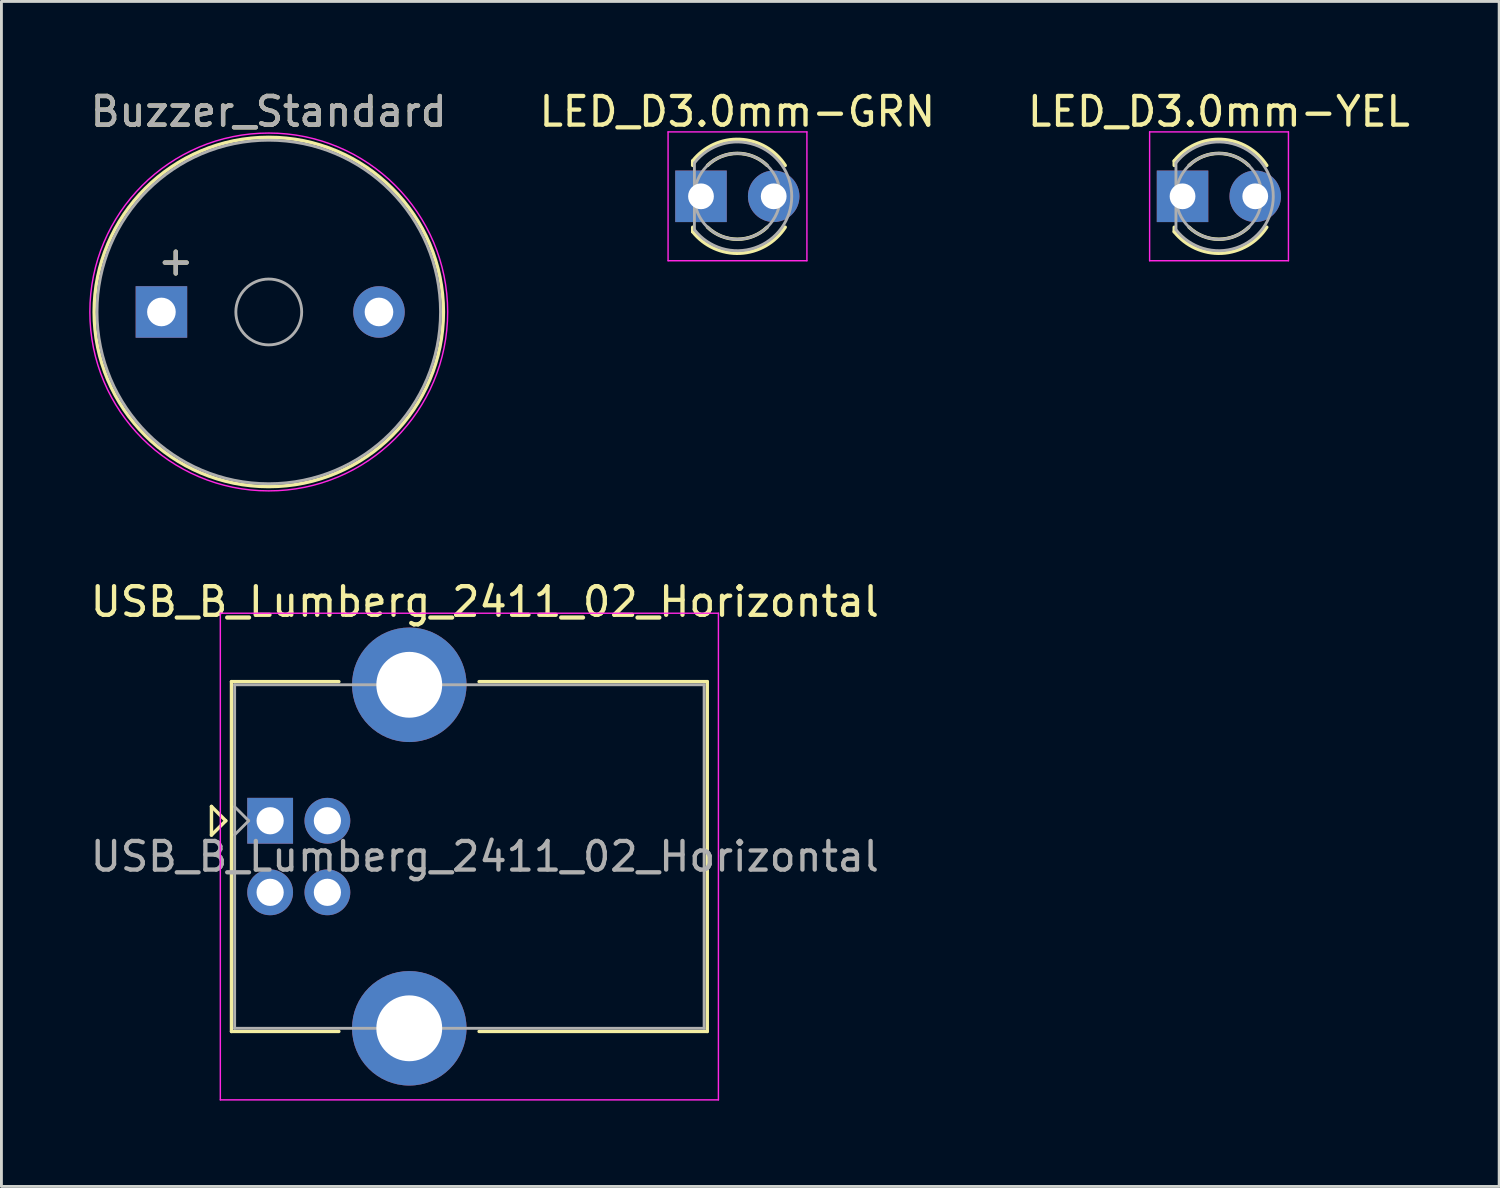
<source format=kicad_pcb>
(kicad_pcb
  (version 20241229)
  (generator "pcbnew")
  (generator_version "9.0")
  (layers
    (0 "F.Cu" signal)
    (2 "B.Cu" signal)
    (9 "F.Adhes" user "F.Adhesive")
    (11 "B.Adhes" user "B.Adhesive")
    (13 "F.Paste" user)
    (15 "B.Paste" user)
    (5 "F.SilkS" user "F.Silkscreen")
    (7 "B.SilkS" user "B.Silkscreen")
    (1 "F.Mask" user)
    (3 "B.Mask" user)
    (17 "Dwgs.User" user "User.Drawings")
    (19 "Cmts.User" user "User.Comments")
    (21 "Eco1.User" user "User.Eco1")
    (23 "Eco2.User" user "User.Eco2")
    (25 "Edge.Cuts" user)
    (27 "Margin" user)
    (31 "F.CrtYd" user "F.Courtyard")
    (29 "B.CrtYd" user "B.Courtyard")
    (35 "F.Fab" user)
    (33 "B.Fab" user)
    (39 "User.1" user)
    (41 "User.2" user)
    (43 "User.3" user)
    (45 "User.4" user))
  (footprint "LED_D3.0mm-YEL"
    (layer "F.Cu")
    (at 38.26 3.808)
    (property "Reference" "LED_D3.0mm-YEL" (at 1.27 -2.96 0) (layer "F.SilkS") (effects (font (size 1 1) (thickness 0.15))))
    (attr through_hole)
    (fp_line (start -0.29 -1.236) (end -0.29 -1.08) (stroke (width 0.12) (type solid)) (layer "F.SilkS"))
    (fp_line (start -0.29 1.08) (end -0.29 1.236) (stroke (width 0.12) (type solid)) (layer "F.SilkS"))
    (fp_arc (start -0.29 -1.235516) (mid 1.366487 -1.987659) (end 2.942335 -1.078608) (stroke (width 0.12) (type solid)) (layer "F.SilkS"))
    (fp_arc (start 0.229039 -1.08) (mid 1.270117 -1.5) (end 2.31113 -1.079837) (stroke (width 0.12) (type solid)) (layer "F.SilkS"))
    (fp_arc (start 2.31113 1.079837) (mid 1.270117 1.5) (end 0.229039 1.08) (stroke (width 0.12) (type solid)) (layer "F.SilkS"))
    (fp_arc (start 2.942335 1.078608) (mid 1.366487 1.987659) (end -0.29 1.235516) (stroke (width 0.12) (type solid)) (layer "F.SilkS"))
    (fp_line (start -1.15 -2.25) (end -1.15 2.25) (stroke (width 0.05) (type solid)) (layer "F.CrtYd"))
    (fp_line (start -1.15 2.25) (end 3.7 2.25) (stroke (width 0.05) (type solid)) (layer "F.CrtYd"))
    (fp_line (start 3.7 -2.25) (end -1.15 -2.25) (stroke (width 0.05) (type solid)) (layer "F.CrtYd"))
    (fp_line (start 3.7 2.25) (end 3.7 -2.25) (stroke (width 0.05) (type solid)) (layer "F.CrtYd"))
    (fp_line (start -0.23 -1.166) (end -0.23 1.166) (stroke (width 0.1) (type solid)) (layer "F.Fab"))
    (fp_arc (start -0.23 -1.16619) (mid 3.17 0.000452) (end -0.230555 1.165476) (stroke (width 0.1) (type solid)) (layer "F.Fab"))
    (fp_circle (center 1.27 0) (end 2.77 0) (stroke (width 0.1) (type solid)) (fill no) (layer "F.Fab"))
    (pad "1" thru_hole rect (at 0 0) (size 1.8 1.8) (drill 0.9) (layers "*.Cu" "*.Mask"))
    (pad "2" thru_hole circle (at 2.54 0) (size 1.8 1.8) (drill 0.9) (layers "*.Cu" "*.Mask")))
  (footprint "LED_D3.0mm-GRN"
    (layer "F.Cu")
    (at 21.438 3.808)
    (property "Reference" "LED_D3.0mm-GRN" (at 1.27 -2.96 0) (layer "F.SilkS") (effects (font (size 1 1) (thickness 0.15))))
    (attr through_hole)
    (fp_line (start -0.29 -1.236) (end -0.29 -1.08) (stroke (width 0.12) (type solid)) (layer "F.SilkS"))
    (fp_line (start -0.29 1.08) (end -0.29 1.236) (stroke (width 0.12) (type solid)) (layer "F.SilkS"))
    (fp_arc (start -0.29 -1.235516) (mid 1.366487 -1.987659) (end 2.942335 -1.078608) (stroke (width 0.12) (type solid)) (layer "F.SilkS"))
    (fp_arc (start 0.229039 -1.08) (mid 1.270117 -1.5) (end 2.31113 -1.079837) (stroke (width 0.12) (type solid)) (layer "F.SilkS"))
    (fp_arc (start 2.31113 1.079837) (mid 1.270117 1.5) (end 0.229039 1.08) (stroke (width 0.12) (type solid)) (layer "F.SilkS"))
    (fp_arc (start 2.942335 1.078608) (mid 1.366487 1.987659) (end -0.29 1.235516) (stroke (width 0.12) (type solid)) (layer "F.SilkS"))
    (fp_line (start -1.15 -2.25) (end -1.15 2.25) (stroke (width 0.05) (type solid)) (layer "F.CrtYd"))
    (fp_line (start -1.15 2.25) (end 3.7 2.25) (stroke (width 0.05) (type solid)) (layer "F.CrtYd"))
    (fp_line (start 3.7 -2.25) (end -1.15 -2.25) (stroke (width 0.05) (type solid)) (layer "F.CrtYd"))
    (fp_line (start 3.7 2.25) (end 3.7 -2.25) (stroke (width 0.05) (type solid)) (layer "F.CrtYd"))
    (fp_line (start -0.23 -1.166) (end -0.23 1.166) (stroke (width 0.1) (type solid)) (layer "F.Fab"))
    (fp_arc (start -0.23 -1.16619) (mid 3.17 0.000452) (end -0.230555 1.165476) (stroke (width 0.1) (type solid)) (layer "F.Fab"))
    (fp_circle (center 1.27 0) (end 2.77 0) (stroke (width 0.1) (type solid)) (fill no) (layer "F.Fab"))
    (pad "1" thru_hole rect (at 0 0) (size 1.8 1.8) (drill 0.9) (layers "*.Cu" "*.Mask"))
    (pad "2" thru_hole circle (at 2.54 0) (size 1.8 1.8) (drill 0.9) (layers "*.Cu" "*.Mask")))
  (footprint "USB_B_Lumberg_2411_02_Horizontal"
    (layer "F.Cu")
    (at 6.387 25.622)
    (property "Reference" "USB_B_Lumberg_2411_02_Horizontal" (at 7.5 -7.65 0) (layer "F.SilkS") (effects (font (size 1 1) (thickness 0.15))))
    (attr through_hole)
    (fp_line (start -2.05 -0.5) (end -2.05 0.5) (stroke (width 0.12) (type solid)) (layer "F.SilkS"))
    (fp_line (start -2.05 0.5) (end -1.55 0) (stroke (width 0.12) (type solid)) (layer "F.SilkS"))
    (fp_line (start -1.55 0) (end -2.05 -0.5) (stroke (width 0.12) (type solid)) (layer "F.SilkS"))
    (fp_line (start -1.35 -4.86) (end 2.4 -4.86) (stroke (width 0.12) (type solid)) (layer "F.SilkS"))
    (fp_line (start -1.35 7.36) (end -1.35 -4.86) (stroke (width 0.12) (type solid)) (layer "F.SilkS"))
    (fp_line (start -1.35 7.36) (end 2.4 7.36) (stroke (width 0.12) (type solid)) (layer "F.SilkS"))
    (fp_line (start 15.27 -4.86) (end 7.3 -4.86) (stroke (width 0.12) (type solid)) (layer "F.SilkS"))
    (fp_line (start 15.27 7.36) (end 7.3 7.36) (stroke (width 0.12) (type solid)) (layer "F.SilkS"))
    (fp_line (start 15.27 7.36) (end 15.27 -4.86) (stroke (width 0.12) (type solid)) (layer "F.SilkS"))
    (fp_line (start -1.74 -7.25) (end -1.74 9.75) (stroke (width 0.05) (type solid)) (layer "F.CrtYd"))
    (fp_line (start -1.74 9.75) (end 15.66 9.75) (stroke (width 0.05) (type solid)) (layer "F.CrtYd"))
    (fp_line (start 15.66 -7.25) (end -1.74 -7.25) (stroke (width 0.05) (type solid)) (layer "F.CrtYd"))
    (fp_line (start 15.66 9.75) (end 15.66 -7.25) (stroke (width 0.05) (type solid)) (layer "F.CrtYd"))
    (fp_line (start -1.24 -4.75) (end 15.16 -4.75) (stroke (width 0.1) (type solid)) (layer "F.Fab"))
    (fp_line (start -1.24 0.49) (end -0.75 0) (stroke (width 0.1) (type solid)) (layer "F.Fab"))
    (fp_line (start -1.24 7.25) (end -1.24 -4.75) (stroke (width 0.1) (type solid)) (layer "F.Fab"))
    (fp_line (start -0.75 0) (end -1.24 -0.49) (stroke (width 0.1) (type solid)) (layer "F.Fab"))
    (fp_line (start 15.16 -4.75) (end 15.16 7.25) (stroke (width 0.1) (type solid)) (layer "F.Fab"))
    (fp_line (start 15.16 7.25) (end -1.24 7.25) (stroke (width 0.1) (type solid)) (layer "F.Fab"))
    (fp_text user "${REFERENCE}" (at 7.5 1.25 180) (layer "F.Fab") (effects (font (size 1 1) (thickness 0.15))))
    (pad "1" thru_hole rect (at 0 0 90) (size 1.6 1.6) (drill 0.95) (layers "*.Cu" "*.Mask"))
    (pad "2" thru_hole circle (at 0 2.5 90) (size 1.6 1.6) (drill 0.95) (layers "*.Cu" "*.Mask"))
    (pad "3" thru_hole circle (at 2 2.5 90) (size 1.6 1.6) (drill 0.95) (layers "*.Cu" "*.Mask"))
    (pad "4" thru_hole circle (at 2 0 90) (size 1.6 1.6) (drill 0.95) (layers "*.Cu" "*.Mask"))
    (pad "5" thru_hole circle (at 4.86 -4.75 90) (size 4 4) (drill 2.3) (layers "*.Cu" "*.Mask"))
    (pad "5" thru_hole circle (at 4.86 7.25 90) (size 4 4) (drill 2.3) (layers "*.Cu" "*.Mask")))
  (footprint "Buzzer_Standard"
    (layer "F.Cu")
    (at 3.089 7.848)
    (property "Reference" "Buzzer_Standard" (at 3.25 -7 0) (layer "F.SilkS") (effects (font (size 1 1) (thickness 0.15))))
    (attr through_hole)
    (fp_circle (center 3.25 0) (end 9.35 0) (stroke (width 0.12) (type solid)) (fill no) (layer "F.SilkS"))
    (fp_circle (center 3.25 0) (end 9.5 0) (stroke (width 0.05) (type solid)) (fill no) (layer "F.CrtYd"))
    (fp_circle (center 3.25 0) (end 4.4 0) (stroke (width 0.1) (type solid)) (fill no) (layer "F.Fab"))
    (fp_circle (center 3.25 0) (end 9.25 0) (stroke (width 0.1) (type solid)) (fill no) (layer "F.Fab"))
    (fp_text user "+" (at 0 -1.8 0) (layer "F.SilkS") (effects (font (size 1 1) (thickness 0.15))))
    (fp_text user "+" (at 0 -1.8 0) (layer "F.Fab") (effects (font (size 1 1) (thickness 0.15))))
    (fp_text user "${REFERENCE}" (at 3.25 -7 0) (layer "F.Fab") (effects (font (size 1 1) (thickness 0.15))))
    (pad "1" thru_hole rect (at -0.5 0) (size 1.8 1.8) (drill 1) (layers "*.Cu" "*.Mask"))
    (pad "2" thru_hole circle (at 7.1 0) (size 1.8 1.8) (drill 1) (layers "*.Cu" "*.Mask")))
  (gr_rect
    (start -3 -3)
    (end 49.321 38.397)
    (stroke (width 0.1) (type default))
    (fill no)
    (layer "Edge.Cuts")))
</source>
